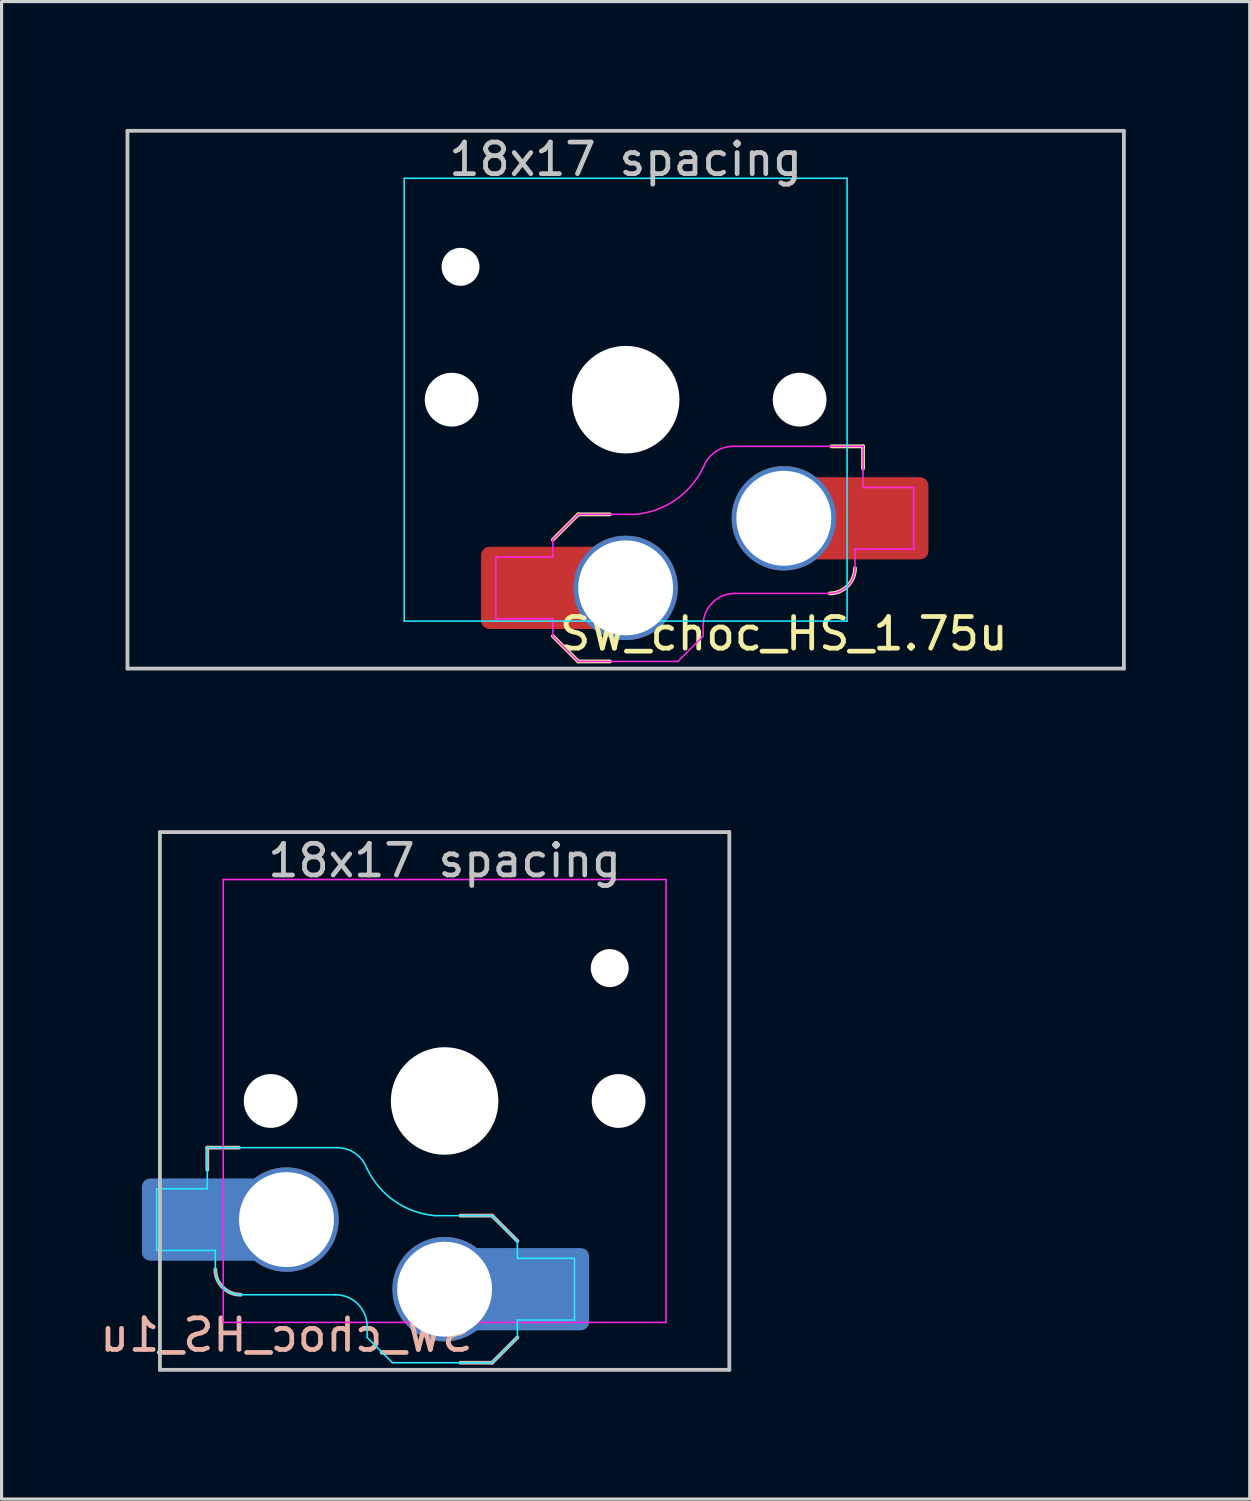
<source format=kicad_pcb>
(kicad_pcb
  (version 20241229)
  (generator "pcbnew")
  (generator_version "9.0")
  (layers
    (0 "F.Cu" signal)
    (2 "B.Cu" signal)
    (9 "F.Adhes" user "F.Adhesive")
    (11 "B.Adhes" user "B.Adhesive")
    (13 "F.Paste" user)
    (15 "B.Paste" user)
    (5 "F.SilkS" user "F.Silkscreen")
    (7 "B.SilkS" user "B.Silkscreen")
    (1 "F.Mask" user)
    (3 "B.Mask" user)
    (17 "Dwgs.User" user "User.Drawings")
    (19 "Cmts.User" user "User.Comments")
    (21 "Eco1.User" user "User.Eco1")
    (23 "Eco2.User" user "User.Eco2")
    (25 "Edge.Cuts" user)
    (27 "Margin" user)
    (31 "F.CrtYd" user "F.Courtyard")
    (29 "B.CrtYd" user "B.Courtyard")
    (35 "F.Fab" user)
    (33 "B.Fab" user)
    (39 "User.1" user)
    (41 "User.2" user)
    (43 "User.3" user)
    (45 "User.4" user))
  (footprint "SW_choc_HS_1u"
    (layer "F.Cu")
    (at 11.006 31.755)
    (property "Reference" "SW_choc_HS_1u" (at -5 7.4 180) (layer "B.SilkS") (effects (font (size 1 1) (thickness 0.15)) (justify mirror)))
    (attr smd)
    (fp_line (start -7.504 1.475) (end -7.504 2.175) (stroke (width 0.12) (type solid)) (layer "B.SilkS"))
    (fp_line (start -7.504 1.475) (end -6.504 1.475) (stroke (width 0.12) (type solid)) (layer "B.SilkS"))
    (fp_line (start 1.5 3.625) (end 0.5 3.625) (stroke (width 0.12) (type solid)) (layer "B.SilkS"))
    (fp_line (start 1.5 3.625) (end 2.3 4.425) (stroke (width 0.12) (type solid)) (layer "B.SilkS"))
    (fp_line (start 1.5 8.275) (end 0.5 8.275) (stroke (width 0.12) (type solid)) (layer "B.SilkS"))
    (fp_line (start 2.3 7.475) (end 1.5 8.275) (stroke (width 0.12) (type solid)) (layer "B.SilkS"))
    (fp_arc (start -6.45 6.125) (mid -7.015685 5.890685) (end -7.25 5.325) (stroke (width 0.12) (type solid)) (layer "B.SilkS"))
    (fp_line (start -9 -8.5) (end 9 -8.5) (stroke (width 0.12) (type solid)) (layer "Dwgs.User"))
    (fp_line (start -9 8.5) (end -9 -8.5) (stroke (width 0.12) (type solid)) (layer "Dwgs.User"))
    (fp_line (start 9 -8.5) (end 9 8.5) (stroke (width 0.12) (type solid)) (layer "Dwgs.User"))
    (fp_line (start 9 8.5) (end -9 8.5) (stroke (width 0.12) (type solid)) (layer "Dwgs.User"))
    (fp_line (start -9.525 -9.525) (end -9.525 9.525) (stroke (width 0.12) (type solid)) (layer "Eco1.User"))
    (fp_line (start -9.525 9.525) (end 9.525 9.525) (stroke (width 0.12) (type solid)) (layer "Eco1.User"))
    (fp_line (start 9.525 -9.525) (end -9.525 -9.525) (stroke (width 0.12) (type solid)) (layer "Eco1.User"))
    (fp_line (start 9.525 9.525) (end 9.525 -9.525) (stroke (width 0.12) (type solid)) (layer "Eco1.User"))
    (fp_line (start -6.95 6.45) (end -6.95 -6.45) (stroke (width 0.05) (type solid)) (layer "Eco2.User"))
    (fp_line (start -6.45 -6.95) (end 6.45 -6.95) (stroke (width 0.05) (type solid)) (layer "Eco2.User"))
    (fp_line (start 6.45 6.95) (end -6.45 6.95) (stroke (width 0.05) (type solid)) (layer "Eco2.User"))
    (fp_line (start 6.95 -6.45) (end 6.95 6.45) (stroke (width 0.05) (type solid)) (layer "Eco2.User"))
    (fp_arc (start -6.95 -6.45) (mid -6.803553 -6.803553) (end -6.45 -6.95) (stroke (width 0.05) (type solid)) (layer "Eco2.User"))
    (fp_arc (start -6.45 6.95) (mid -6.803553 6.803553) (end -6.95 6.45) (stroke (width 0.05) (type solid)) (layer "Eco2.User"))
    (fp_arc (start 6.45 -6.95) (mid 6.803553 -6.803553) (end 6.95 -6.45) (stroke (width 0.05) (type solid)) (layer "Eco2.User"))
    (fp_arc (start 6.95 6.45) (mid 6.803553 6.803553) (end 6.45 6.95) (stroke (width 0.05) (type solid)) (layer "Eco2.User"))
    (fp_line (start -9.104 2.775) (end -7.504 2.775) (stroke (width 0.05) (type solid)) (layer "B.CrtYd"))
    (fp_line (start -9.104 4.725) (end -9.104 2.775) (stroke (width 0.05) (type solid)) (layer "B.CrtYd"))
    (fp_line (start -7.504 1.475) (end -7.504 2.175) (stroke (width 0.05) (type solid)) (layer "B.CrtYd"))
    (fp_line (start -7.504 1.475) (end -3.4 1.475) (stroke (width 0.05) (type solid)) (layer "B.CrtYd"))
    (fp_line (start -7.504 2.175) (end -7.504 2.775) (stroke (width 0.05) (type solid)) (layer "B.CrtYd"))
    (fp_line (start -7.25 4.725) (end -9.104 4.725) (stroke (width 0.05) (type solid)) (layer "B.CrtYd"))
    (fp_line (start -7.25 5.325) (end -7.25 4.725) (stroke (width 0.05) (type solid)) (layer "B.CrtYd"))
    (fp_line (start -3.45 6.125) (end -6.45 6.125) (stroke (width 0.05) (type solid)) (layer "B.CrtYd"))
    (fp_line (start -2.45 7.475) (end -2.45 7.125) (stroke (width 0.05) (type solid)) (layer "B.CrtYd"))
    (fp_line (start -2.45 7.475) (end -1.65 8.275) (stroke (width 0.05) (type solid)) (layer "B.CrtYd"))
    (fp_line (start 1.5 3.625) (end -0.3 3.625) (stroke (width 0.05) (type solid)) (layer "B.CrtYd"))
    (fp_line (start 1.5 3.625) (end 2.3 4.425) (stroke (width 0.05) (type solid)) (layer "B.CrtYd"))
    (fp_line (start 1.5 8.275) (end -1.65 8.275) (stroke (width 0.05) (type solid)) (layer "B.CrtYd"))
    (fp_line (start 2.3 4.975) (end 2.3 4.425) (stroke (width 0.05) (type solid)) (layer "B.CrtYd"))
    (fp_line (start 2.3 7.475) (end 1.5 8.275) (stroke (width 0.05) (type solid)) (layer "B.CrtYd"))
    (fp_line (start 2.3 7.475) (end 2.3 6.925) (stroke (width 0.05) (type solid)) (layer "B.CrtYd"))
    (fp_line (start 4.104 4.975) (end 2.3 4.975) (stroke (width 0.05) (type solid)) (layer "B.CrtYd"))
    (fp_line (start 4.104 4.975) (end 4.104 6.925) (stroke (width 0.05) (type solid)) (layer "B.CrtYd"))
    (fp_line (start 4.104 6.925) (end 2.3 6.925) (stroke (width 0.05) (type solid)) (layer "B.CrtYd"))
    (fp_arc (start -6.45 6.125) (mid -7.015685 5.890685) (end -7.25 5.325) (stroke (width 0.05) (type solid)) (layer "B.CrtYd"))
    (fp_arc (start -3.45 6.125) (mid -2.742893 6.417893) (end -2.45 7.125) (stroke (width 0.05) (type solid)) (layer "B.CrtYd"))
    (fp_arc (start -3.4 1.475) (mid -2.826423 1.655848) (end -2.460307 2.13298) (stroke (width 0.05) (type solid)) (layer "B.CrtYd"))
    (fp_arc (start -0.299999 3.624999) (mid -1.577272 3.167235) (end -2.455444 2.13293) (stroke (width 0.05) (type solid)) (layer "B.CrtYd"))
    (fp_line (start -7 -7) (end 7 -7) (stroke (width 0.05) (type solid)) (layer "F.CrtYd"))
    (fp_line (start -7 7) (end -7 -7) (stroke (width 0.05) (type solid)) (layer "F.CrtYd"))
    (fp_line (start 7 -7) (end 7 7) (stroke (width 0.05) (type solid)) (layer "F.CrtYd"))
    (fp_line (start 7 7) (end -7 7) (stroke (width 0.05) (type solid)) (layer "F.CrtYd"))
    (fp_text user "18x17 spacing" (at 0 -7.6 180) (layer "Dwgs.User") (effects (font (size 1 1) (thickness 0.15))))
    (fp_text user "19.05 spacing" (at 0 -8.7 180) (layer "Eco1.User") (effects (font (size 1 1) (thickness 0.15))))
    (pad "" np_thru_hole circle (at -5.5 0 180) (size 1.7 1.7) (drill 1.7) (layers "*.Cu" "*.Mask"))
    (pad "" np_thru_hole circle (at 0 0 180) (size 3.4 3.4) (drill 3.4) (layers "*.Cu" "*.Mask"))
    (pad "" np_thru_hole circle (at 5.22 -4.2 180) (size 1.2 1.2) (drill 1.2) (layers "*.Cu" "*.Mask"))
    (pad "" np_thru_hole circle (at 5.5 0 180) (size 1.7 1.7) (drill 1.7) (layers "*.Cu" "*.Mask"))
    (pad "1" smd roundrect (at -8.245 3.75) (size 2.65 2.6) (layers "B.Cu" "B.Mask" "B.Paste") (roundrect_rratio 0.1))
    (pad "1" smd rect (at -6.55 3.75) (size 1.2 2.6) (layers "B.Cu"))
    (pad "1" thru_hole circle (at -5 3.75) (size 3.3 3.3) (drill 3) (layers "*.Cu"))
    (pad "2" thru_hole circle (at 0 5.95) (size 3.3 3.3) (drill 3) (layers "*.Cu"))
    (pad "2" smd rect (at 1.55 5.95 180) (size 1.2 2.6) (layers "B.Cu"))
    (pad "2" smd roundrect (at 3.245 5.95) (size 2.65 2.6) (layers "B.Cu" "B.Mask" "B.Paste") (roundrect_rratio 0.1)))
  (footprint "SW_choc_HS_1.75u"
    (layer "F.Cu")
    (at 16.729 9.585)
    (property "Reference" "SW_choc_HS_1.75u" (at 5 7.4 180) (layer "F.SilkS") (effects (font (size 1 1) (thickness 0.15))))
    (attr smd)
    (fp_line (start -2.3 7.475) (end -1.5 8.275) (stroke (width 0.12) (type solid)) (layer "F.SilkS"))
    (fp_line (start -1.5 3.625) (end -2.3 4.425) (stroke (width 0.12) (type solid)) (layer "F.SilkS"))
    (fp_line (start -1.5 3.625) (end -0.5 3.625) (stroke (width 0.12) (type solid)) (layer "F.SilkS"))
    (fp_line (start -1.5 8.275) (end -0.5 8.275) (stroke (width 0.12) (type solid)) (layer "F.SilkS"))
    (fp_line (start 7.504 1.475) (end 6.504 1.475) (stroke (width 0.12) (type solid)) (layer "F.SilkS"))
    (fp_line (start 7.504 1.475) (end 7.504 2.175) (stroke (width 0.12) (type solid)) (layer "F.SilkS"))
    (fp_arc (start 7.25 5.325) (mid 7.015685 5.890685) (end 6.45 6.125) (stroke (width 0.12) (type solid)) (layer "F.SilkS"))
    (fp_line (start -15.75 -8.5) (end -15.75 8.5) (stroke (width 0.12) (type solid)) (layer "Dwgs.User"))
    (fp_line (start -15.75 8.5) (end 15.75 8.5) (stroke (width 0.12) (type solid)) (layer "Dwgs.User"))
    (fp_line (start 15.75 -8.5) (end -15.75 -8.5) (stroke (width 0.12) (type solid)) (layer "Dwgs.User"))
    (fp_line (start 15.75 8.5) (end 15.75 -8.5) (stroke (width 0.12) (type solid)) (layer "Dwgs.User"))
    (fp_line (start -16.669 -9.525) (end 16.669 -9.525) (stroke (width 0.12) (type solid)) (layer "Eco1.User"))
    (fp_line (start -16.669 9.525) (end -16.669 -9.525) (stroke (width 0.12) (type solid)) (layer "Eco1.User"))
    (fp_line (start 16.669 -9.525) (end 16.669 9.525) (stroke (width 0.12) (type solid)) (layer "Eco1.User"))
    (fp_line (start 16.669 9.525) (end -16.669 9.525) (stroke (width 0.12) (type solid)) (layer "Eco1.User"))
    (fp_line (start -6.95 -6.45) (end -6.95 6.45) (stroke (width 0.05) (type solid)) (layer "Eco2.User"))
    (fp_line (start -6.45 6.95) (end 6.45 6.95) (stroke (width 0.05) (type solid)) (layer "Eco2.User"))
    (fp_line (start 6.45 -6.95) (end -6.45 -6.95) (stroke (width 0.05) (type solid)) (layer "Eco2.User"))
    (fp_line (start 6.95 6.45) (end 6.95 -6.45) (stroke (width 0.05) (type solid)) (layer "Eco2.User"))
    (fp_arc (start -6.95 -6.45) (mid -6.803553 -6.803553) (end -6.45 -6.95) (stroke (width 0.05) (type solid)) (layer "Eco2.User"))
    (fp_arc (start -6.45 6.95) (mid -6.803553 6.803553) (end -6.95 6.45) (stroke (width 0.05) (type solid)) (layer "Eco2.User"))
    (fp_arc (start 6.45 -6.95) (mid 6.803553 -6.803553) (end 6.95 -6.45) (stroke (width 0.05) (type solid)) (layer "Eco2.User"))
    (fp_arc (start 6.95 6.45) (mid 6.803553 6.803553) (end 6.45 6.95) (stroke (width 0.05) (type solid)) (layer "Eco2.User"))
    (fp_line (start -7 -7) (end -7 7) (stroke (width 0.05) (type solid)) (layer "B.CrtYd"))
    (fp_line (start -7 7) (end 7 7) (stroke (width 0.05) (type solid)) (layer "B.CrtYd"))
    (fp_line (start 7 -7) (end -7 -7) (stroke (width 0.05) (type solid)) (layer "B.CrtYd"))
    (fp_line (start 7 7) (end 7 -7) (stroke (width 0.05) (type solid)) (layer "B.CrtYd"))
    (fp_line (start -4.104 4.975) (end -4.104 6.925) (stroke (width 0.05) (type solid)) (layer "F.CrtYd"))
    (fp_line (start -4.104 4.975) (end -2.3 4.975) (stroke (width 0.05) (type solid)) (layer "F.CrtYd"))
    (fp_line (start -4.104 6.925) (end -2.3 6.925) (stroke (width 0.05) (type solid)) (layer "F.CrtYd"))
    (fp_line (start -2.3 4.975) (end -2.3 4.425) (stroke (width 0.05) (type solid)) (layer "F.CrtYd"))
    (fp_line (start -2.3 7.475) (end -2.3 6.925) (stroke (width 0.05) (type solid)) (layer "F.CrtYd"))
    (fp_line (start -2.3 7.475) (end -1.5 8.275) (stroke (width 0.05) (type solid)) (layer "F.CrtYd"))
    (fp_line (start -1.5 3.625) (end -2.3 4.425) (stroke (width 0.05) (type solid)) (layer "F.CrtYd"))
    (fp_line (start -1.5 3.625) (end 0.3 3.625) (stroke (width 0.05) (type solid)) (layer "F.CrtYd"))
    (fp_line (start -1.5 8.275) (end 1.65 8.275) (stroke (width 0.05) (type solid)) (layer "F.CrtYd"))
    (fp_line (start 2.45 7.475) (end 1.65 8.275) (stroke (width 0.05) (type solid)) (layer "F.CrtYd"))
    (fp_line (start 2.45 7.475) (end 2.45 7.125) (stroke (width 0.05) (type solid)) (layer "F.CrtYd"))
    (fp_line (start 3.45 6.125) (end 6.45 6.125) (stroke (width 0.05) (type solid)) (layer "F.CrtYd"))
    (fp_line (start 7.25 4.725) (end 9.104 4.725) (stroke (width 0.05) (type solid)) (layer "F.CrtYd"))
    (fp_line (start 7.25 5.325) (end 7.25 4.725) (stroke (width 0.05) (type solid)) (layer "F.CrtYd"))
    (fp_line (start 7.504 1.475) (end 3.4 1.475) (stroke (width 0.05) (type solid)) (layer "F.CrtYd"))
    (fp_line (start 7.504 1.475) (end 7.504 2.175) (stroke (width 0.05) (type solid)) (layer "F.CrtYd"))
    (fp_line (start 7.504 2.175) (end 7.504 2.775) (stroke (width 0.05) (type solid)) (layer "F.CrtYd"))
    (fp_line (start 9.104 2.775) (end 7.504 2.775) (stroke (width 0.05) (type solid)) (layer "F.CrtYd"))
    (fp_line (start 9.104 4.725) (end 9.104 2.775) (stroke (width 0.05) (type solid)) (layer "F.CrtYd"))
    (fp_arc (start 2.45 7.125) (mid 2.742893 6.417893) (end 3.45 6.125) (stroke (width 0.05) (type solid)) (layer "F.CrtYd"))
    (fp_arc (start 2.455444 2.13293) (mid 1.577272 3.167235) (end 0.299999 3.624999) (stroke (width 0.05) (type solid)) (layer "F.CrtYd"))
    (fp_arc (start 2.460307 2.13298) (mid 2.826423 1.655848) (end 3.4 1.475) (stroke (width 0.05) (type solid)) (layer "F.CrtYd"))
    (fp_arc (start 7.25 5.325) (mid 7.015685 5.890685) (end 6.45 6.125) (stroke (width 0.05) (type solid)) (layer "F.CrtYd"))
    (fp_text user "18x17 spacing" (at 0 -7.6 180) (layer "Dwgs.User") (effects (font (size 1 1) (thickness 0.15))))
    (fp_text user "19.05 spacing" (at 0 -8.7 180) (layer "Eco1.User") (effects (font (size 1 1) (thickness 0.15))))
    (pad "" np_thru_hole circle (at -5.5 0 180) (size 1.7 1.7) (drill 1.7) (layers "*.Cu" "*.Mask"))
    (pad "" np_thru_hole circle (at -5.22 -4.2 180) (size 1.2 1.2) (drill 1.2) (layers "*.Cu" "*.Mask"))
    (pad "" np_thru_hole circle (at 0 0 180) (size 3.4 3.4) (drill 3.4) (layers "*.Cu" "*.Mask"))
    (pad "" np_thru_hole circle (at 5.5 0 180) (size 1.7 1.7) (drill 1.7) (layers "*.Cu" "*.Mask"))
    (pad "1" thru_hole circle (at 5 3.75) (size 3.3 3.3) (drill 3) (layers "*.Cu"))
    (pad "1" smd rect (at 6.55 3.75) (size 1.2 2.6) (layers "F.Cu"))
    (pad "1" smd roundrect (at 8.245 3.75) (size 2.65 2.6) (layers "F.Cu" "F.Mask" "F.Paste") (roundrect_rratio 0.1))
    (pad "2" smd roundrect (at -3.245 5.95) (size 2.65 2.6) (layers "F.Cu" "F.Mask" "F.Paste") (roundrect_rratio 0.1))
    (pad "2" smd rect (at -1.55 5.95 180) (size 1.2 2.6) (layers "F.Cu"))
    (pad "2" thru_hole circle (at 0 5.95) (size 3.3 3.3) (drill 3) (layers "*.Cu")))
  (gr_rect
    (start -3 -3)
    (end 36.458 44.34)
    (stroke (width 0.1) (type default))
    (fill no)
    (layer "Edge.Cuts")))
</source>
